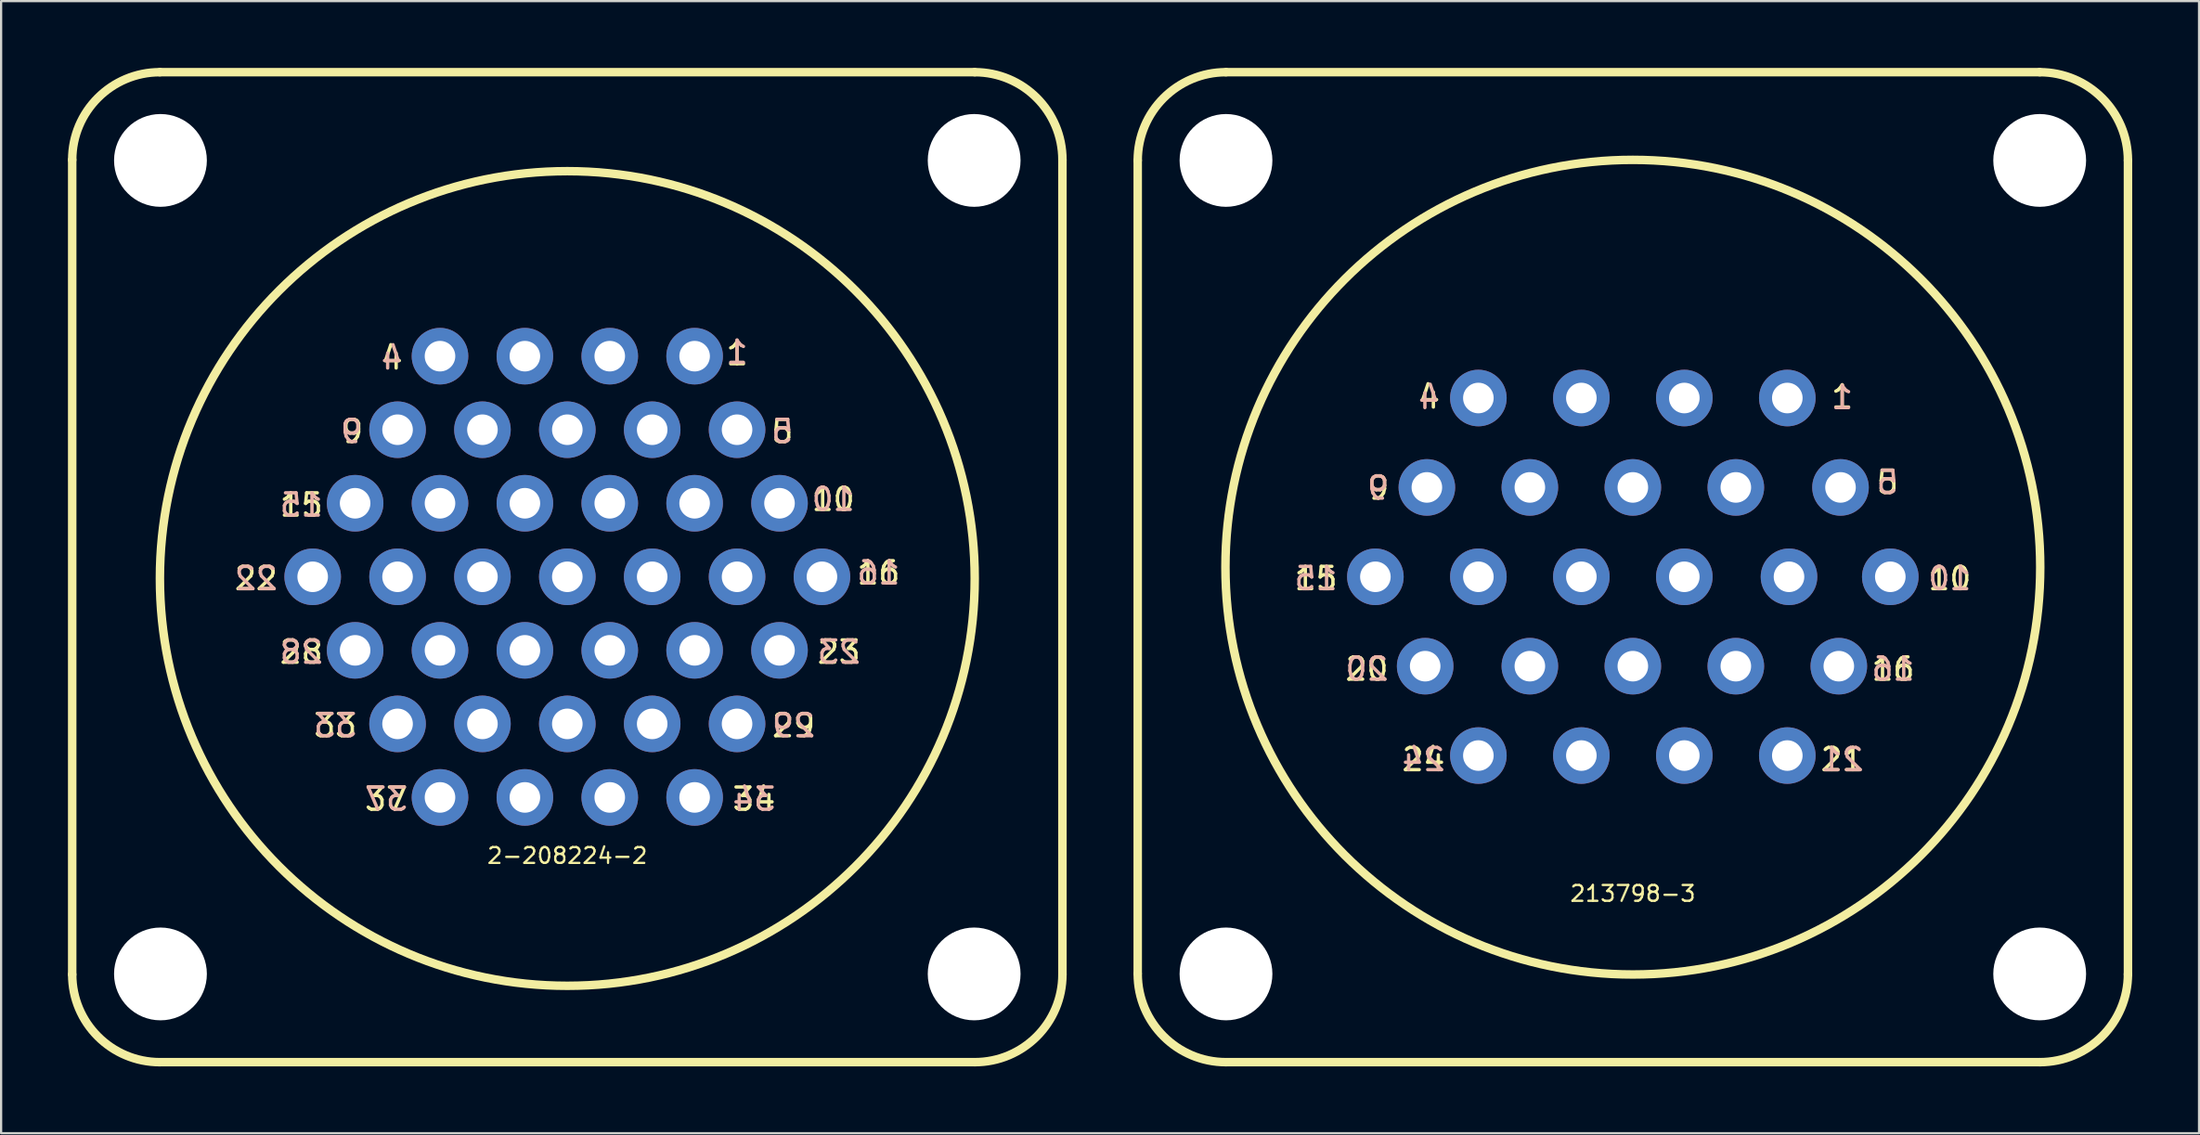
<source format=kicad_pcb>
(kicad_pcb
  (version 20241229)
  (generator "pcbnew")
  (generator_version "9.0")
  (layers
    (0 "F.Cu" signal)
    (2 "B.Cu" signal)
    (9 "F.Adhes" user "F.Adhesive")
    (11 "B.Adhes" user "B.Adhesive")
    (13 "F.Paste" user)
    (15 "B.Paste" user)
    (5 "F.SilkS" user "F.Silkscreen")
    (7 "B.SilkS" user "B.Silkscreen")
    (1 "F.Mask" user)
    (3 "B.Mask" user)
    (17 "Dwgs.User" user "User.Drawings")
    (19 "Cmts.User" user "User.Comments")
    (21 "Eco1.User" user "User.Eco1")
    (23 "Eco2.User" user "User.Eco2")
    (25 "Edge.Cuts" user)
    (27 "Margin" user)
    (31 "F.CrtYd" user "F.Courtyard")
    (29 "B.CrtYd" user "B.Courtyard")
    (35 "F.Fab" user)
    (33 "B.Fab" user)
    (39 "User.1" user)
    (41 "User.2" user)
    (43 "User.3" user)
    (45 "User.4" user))
  (footprint "213798-3"
    (layer "F.Cu")
    (at 70.246 22.416)
    (property "Reference" "213798-3" (at 0 14.656 0) (layer "F.SilkS") (effects (font (size 0.711 0.711) (thickness 0.102))))
    (attr through_hole)
    (fp_line (start -22.225 -18.263) (end -22.225 18.237) (stroke (width 0.381) (type solid)) (layer "F.SilkS"))
    (fp_line (start -18.263 -22.225) (end 18.263 -22.225) (stroke (width 0.381) (type solid)) (layer "F.SilkS"))
    (fp_line (start -18.263 22.225) (end 18.288 22.225) (stroke (width 0.381) (type solid)) (layer "F.SilkS"))
    (fp_line (start 22.225 18.288) (end 22.225 -18.263) (stroke (width 0.381) (type solid)) (layer "F.SilkS"))
    (fp_arc (start -22.225 -18.2626) (mid -21.06444 -21.06444) (end -18.2626 -22.225) (stroke (width 0.381) (type solid)) (layer "F.SilkS"))
    (fp_arc (start -18.2626 22.225) (mid -21.06444 21.06444) (end -22.225 18.2626) (stroke (width 0.381) (type solid)) (layer "F.SilkS"))
    (fp_arc (start 18.2626 -22.225) (mid 21.06444 -21.06444) (end 22.225 -18.2626) (stroke (width 0.381) (type solid)) (layer "F.SilkS"))
    (fp_arc (start 22.225 18.2626) (mid 21.06444 21.06444) (end 18.2626 22.225) (stroke (width 0.381) (type solid)) (layer "F.SilkS"))
    (fp_circle (center 0 0) (end 18.288 0) (stroke (width 0.381) (type solid)) (fill no) (layer "F.SilkS"))
    (fp_text user "9" (at -11.43 -3.556 0) (layer "F.SilkS") (effects (font (size 1 1) (thickness 0.15))))
    (fp_text user "24" (at -9.398 8.636 0) (layer "F.SilkS") (effects (font (size 1 1) (thickness 0.15))))
    (fp_text user "16" (at 11.684 4.572 0) (layer "F.SilkS") (effects (font (size 1 1) (thickness 0.15))))
    (fp_text user "4" (at -9.144 -7.645 0) (layer "F.SilkS") (effects (font (size 1 1) (thickness 0.15))))
    (fp_text user "20" (at -11.938 4.572 0) (layer "F.SilkS") (effects (font (size 1 1) (thickness 0.15))))
    (fp_text user "1" (at 9.398 -7.645 0) (layer "F.SilkS") (effects (font (size 1 1) (thickness 0.15))))
    (fp_text user "5" (at 11.43 -3.81 0) (layer "F.SilkS") (effects (font (size 1 1) (thickness 0.15))))
    (fp_text user "10" (at 14.224 0.508 0) (layer "F.SilkS") (effects (font (size 1 1) (thickness 0.15))))
    (fp_text user "21" (at 9.398 8.636 0) (layer "F.SilkS") (effects (font (size 1 1) (thickness 0.15))))
    (fp_text user "15" (at -14.224 0.508 0) (layer "F.SilkS") (effects (font (size 1 1) (thickness 0.15))))
    (fp_text user "9" (at -11.43 -3.556 0) (layer "B.SilkS") (effects (font (size 1 1) (thickness 0.15)) (justify mirror)))
    (fp_text user "16" (at 11.684 4.572 0) (layer "B.SilkS") (effects (font (size 1 1) (thickness 0.15)) (justify mirror)))
    (fp_text user "24" (at -9.398 8.636 0) (layer "B.SilkS") (effects (font (size 1 1) (thickness 0.15)) (justify mirror)))
    (fp_text user "1" (at 9.398 -7.62 0) (layer "B.SilkS") (effects (font (size 1 1) (thickness 0.15)) (justify mirror)))
    (fp_text user "4" (at -9.144 -7.62 0) (layer "B.SilkS") (effects (font (size 1 1) (thickness 0.15)) (justify mirror)))
    (fp_text user "10" (at 14.224 0.508 0) (layer "B.SilkS") (effects (font (size 1 1) (thickness 0.15)) (justify mirror)))
    (fp_text user "21" (at 9.398 8.636 0) (layer "B.SilkS") (effects (font (size 1 1) (thickness 0.15)) (justify mirror)))
    (fp_text user "5" (at 11.43 -3.81 0) (layer "B.SilkS") (effects (font (size 1 1) (thickness 0.15)) (justify mirror)))
    (fp_text user "15" (at -14.224 0.508 0) (layer "B.SilkS") (effects (font (size 1 1) (thickness 0.15)) (justify mirror)))
    (fp_text user "20" (at -11.938 4.572 0) (layer "B.SilkS") (effects (font (size 1 1) (thickness 0.15)) (justify mirror)))
    (pad "" np_thru_hole circle (at -18.263 -18.263) (size 4.166 4.166) (drill 4.166) (layers "*.Cu" "*.Mask"))
    (pad "" np_thru_hole circle (at -18.263 18.263) (size 4.166 4.166) (drill 4.166) (layers "*.Cu" "*.Mask"))
    (pad "" np_thru_hole circle (at 18.263 -18.263) (size 4.166 4.166) (drill 4.166) (layers "*.Cu" "*.Mask"))
    (pad "" np_thru_hole circle (at 18.263 18.263) (size 4.166 4.166) (drill 4.166) (layers "*.Cu" "*.Mask"))
    (pad "1" thru_hole circle (at 6.934 -7.595) (size 2.54 2.54) (drill 1.372) (layers "*.Cu" "*.Mask"))
    (pad "2" thru_hole circle (at 2.311 -7.595) (size 2.54 2.54) (drill 1.372) (layers "*.Cu" "*.Mask"))
    (pad "3" thru_hole circle (at -2.311 -7.595) (size 2.54 2.54) (drill 1.372) (layers "*.Cu" "*.Mask"))
    (pad "4" thru_hole circle (at -6.934 -7.595) (size 2.54 2.54) (drill 1.372) (layers "*.Cu" "*.Mask"))
    (pad "5" thru_hole circle (at 9.322 -3.581) (size 2.54 2.54) (drill 1.372) (layers "*.Cu" "*.Mask"))
    (pad "6" thru_hole circle (at 4.623 -3.581) (size 2.54 2.54) (drill 1.372) (layers "*.Cu" "*.Mask"))
    (pad "7" thru_hole circle (at 0 -3.581) (size 2.54 2.54) (drill 1.372) (layers "*.Cu" "*.Mask"))
    (pad "8" thru_hole circle (at -4.623 -3.581) (size 2.54 2.54) (drill 1.372) (layers "*.Cu" "*.Mask"))
    (pad "9" thru_hole circle (at -9.246 -3.581) (size 2.54 2.54) (drill 1.372) (layers "*.Cu" "*.Mask"))
    (pad "10" thru_hole circle (at 11.557 0.432) (size 2.54 2.54) (drill 1.372) (layers "*.Cu" "*.Mask"))
    (pad "11" thru_hole circle (at 7.01 0.432) (size 2.54 2.54) (drill 1.372) (layers "*.Cu" "*.Mask"))
    (pad "12" thru_hole circle (at 2.311 0.432) (size 2.54 2.54) (drill 1.372) (layers "*.Cu" "*.Mask"))
    (pad "13" thru_hole circle (at -2.311 0.432) (size 2.54 2.54) (drill 1.372) (layers "*.Cu" "*.Mask"))
    (pad "14" thru_hole circle (at -6.934 0.432) (size 2.54 2.54) (drill 1.372) (layers "*.Cu" "*.Mask"))
    (pad "15" thru_hole circle (at -11.557 0.432) (size 2.54 2.54) (drill 1.372) (layers "*.Cu" "*.Mask"))
    (pad "16" thru_hole circle (at 9.246 4.445 180) (size 2.54 2.54) (drill 1.372) (layers "*.Cu" "*.Mask"))
    (pad "17" thru_hole circle (at 4.623 4.445 180) (size 2.54 2.54) (drill 1.372) (layers "*.Cu" "*.Mask"))
    (pad "18" thru_hole circle (at 0 4.445 180) (size 2.54 2.54) (drill 1.372) (layers "*.Cu" "*.Mask"))
    (pad "19" thru_hole circle (at -4.623 4.445 180) (size 2.54 2.54) (drill 1.372) (layers "*.Cu" "*.Mask"))
    (pad "20" thru_hole circle (at -9.322 4.445 180) (size 2.54 2.54) (drill 1.372) (layers "*.Cu" "*.Mask"))
    (pad "21" thru_hole circle (at 6.934 8.458 180) (size 2.54 2.54) (drill 1.372) (layers "*.Cu" "*.Mask"))
    (pad "22" thru_hole circle (at 2.311 8.458 180) (size 2.54 2.54) (drill 1.372) (layers "*.Cu" "*.Mask"))
    (pad "23" thru_hole circle (at -2.311 8.458 180) (size 2.54 2.54) (drill 1.372) (layers "*.Cu" "*.Mask"))
    (pad "24" thru_hole circle (at -6.934 8.458 180) (size 2.54 2.54) (drill 1.372) (layers "*.Cu" "*.Mask")))
  (footprint "2-208224-2"
    (layer "F.Cu")
    (at 22.416 22.416)
    (property "Reference" "2-208224-2" (at 0 12.954 0) (layer "F.SilkS") (effects (font (size 0.711 0.711) (thickness 0.102))))
    (attr through_hole)
    (fp_line (start -22.225 -18.288) (end -22.225 18.288) (stroke (width 0.381) (type solid)) (layer "F.SilkS"))
    (fp_line (start -18.288 -22.225) (end 18.288 -22.225) (stroke (width 0.381) (type solid)) (layer "F.SilkS"))
    (fp_line (start -18.288 22.225) (end 18.288 22.225) (stroke (width 0.381) (type solid)) (layer "F.SilkS"))
    (fp_line (start 22.225 -18.288) (end 22.225 18.288) (stroke (width 0.381) (type solid)) (layer "F.SilkS"))
    (fp_arc (start -22.225 -18.288) (mid -21.071879 -21.071879) (end -18.288 -22.225) (stroke (width 0.381) (type solid)) (layer "F.SilkS"))
    (fp_arc (start -18.288 22.225) (mid -21.071879 21.071879) (end -22.225 18.288) (stroke (width 0.381) (type solid)) (layer "F.SilkS"))
    (fp_arc (start 18.288 -22.225) (mid 21.071879 -21.071879) (end 22.225 -18.288) (stroke (width 0.381) (type solid)) (layer "F.SilkS"))
    (fp_arc (start 22.225 18.288) (mid 21.071879 21.071879) (end 18.288 22.225) (stroke (width 0.381) (type solid)) (layer "F.SilkS"))
    (fp_circle (center 0 0.508) (end 18.288 0.508) (stroke (width 0.381) (type solid)) (fill no) (layer "F.SilkS"))
    (fp_text user "23" (at 12.192 3.81 0) (layer "F.SilkS") (effects (font (size 1 1) (thickness 0.15))))
    (fp_text user "15" (at -11.938 -2.794 0) (layer "F.SilkS") (effects (font (size 1 1) (thickness 0.15))))
    (fp_text user "37" (at -8.128 10.414 0) (layer "F.SilkS") (effects (font (size 1 1) (thickness 0.15))))
    (fp_text user "33" (at -10.414 7.112 0) (layer "F.SilkS") (effects (font (size 1 1) (thickness 0.15))))
    (fp_text user "22" (at -13.97 0.508 0) (layer "F.SilkS") (effects (font (size 1 1) (thickness 0.15))))
    (fp_text user "4" (at -7.874 -9.398 0) (layer "F.SilkS") (effects (font (size 1 1) (thickness 0.15))))
    (fp_text user "28" (at -11.938 3.81 0) (layer "F.SilkS") (effects (font (size 1 1) (thickness 0.15))))
    (fp_text user "16" (at 13.97 0.254 0) (layer "F.SilkS") (effects (font (size 1 1) (thickness 0.15))))
    (fp_text user "29" (at 10.16 7.112 0) (layer "F.SilkS") (effects (font (size 1 1) (thickness 0.15))))
    (fp_text user "5" (at 9.652 -6.096 0) (layer "F.SilkS") (effects (font (size 1 1) (thickness 0.15))))
    (fp_text user "1" (at 7.62 -9.588 0) (layer "F.SilkS") (effects (font (size 1 1) (thickness 0.15))))
    (fp_text user "10" (at 11.938 -3.048 0) (layer "F.SilkS") (effects (font (size 1 1) (thickness 0.15))))
    (fp_text user "9" (at -9.652 -6.096 0) (layer "F.SilkS") (effects (font (size 1 1) (thickness 0.15))))
    (fp_text user "34" (at 8.382 10.414 0) (layer "F.SilkS") (effects (font (size 1 1) (thickness 0.15))))
    (fp_text user "15" (at -11.938 -2.794 180) (layer "B.SilkS") (effects (font (size 1 1) (thickness 0.15)) (justify mirror)))
    (fp_text user "23" (at 12.192 3.81 180) (layer "B.SilkS") (effects (font (size 1 1) (thickness 0.15)) (justify mirror)))
    (fp_text user "22" (at -13.97 0.508 180) (layer "B.SilkS") (effects (font (size 1 1) (thickness 0.15)) (justify mirror)))
    (fp_text user "33" (at -10.414 7.112 180) (layer "B.SilkS") (effects (font (size 1 1) (thickness 0.15)) (justify mirror)))
    (fp_text user "16" (at 13.97 0.254 180) (layer "B.SilkS") (effects (font (size 1 1) (thickness 0.15)) (justify mirror)))
    (fp_text user "28" (at -11.938 3.81 180) (layer "B.SilkS") (effects (font (size 1 1) (thickness 0.15)) (justify mirror)))
    (fp_text user "5" (at 9.652 -6.096 180) (layer "B.SilkS") (effects (font (size 1 1) (thickness 0.15)) (justify mirror)))
    (fp_text user "29" (at 10.16 7.112 180) (layer "B.SilkS") (effects (font (size 1 1) (thickness 0.15)) (justify mirror)))
    (fp_text user "34" (at 8.382 10.414 180) (layer "B.SilkS") (effects (font (size 1 1) (thickness 0.15)) (justify mirror)))
    (fp_text user "9" (at -9.688 -6.096 180) (layer "B.SilkS") (effects (font (size 1 1) (thickness 0.15)) (justify mirror)))
    (fp_text user "37" (at -8.128 10.414 180) (layer "B.SilkS") (effects (font (size 1 1) (thickness 0.15)) (justify mirror)))
    (fp_text user "1" (at 7.62 -9.652 180) (layer "B.SilkS") (effects (font (size 1 1) (thickness 0.15)) (justify mirror)))
    (fp_text user "4" (at -7.874 -9.398 180) (layer "B.SilkS") (effects (font (size 1 1) (thickness 0.15)) (justify mirror)))
    (fp_text user "10" (at 11.938 -3.048 180) (layer "B.SilkS") (effects (font (size 1 1) (thickness 0.15)) (justify mirror)))
    (pad "" np_thru_hole circle (at -18.263 -18.263) (size 4.166 4.166) (drill 4.166) (layers "*.Cu" "*.Mask"))
    (pad "" np_thru_hole circle (at -18.263 18.263) (size 4.166 4.166) (drill 4.166) (layers "*.Cu" "*.Mask"))
    (pad "" np_thru_hole circle (at 18.263 -18.263) (size 4.166 4.166) (drill 4.166) (layers "*.Cu" "*.Mask"))
    (pad "" np_thru_hole circle (at 18.263 18.263) (size 4.166 4.166) (drill 4.166) (layers "*.Cu" "*.Mask"))
    (pad "1" thru_hole circle (at 5.715 -9.474) (size 2.54 2.54) (drill 1.372) (layers "*.Cu" "*.Mask"))
    (pad "2" thru_hole circle (at 1.905 -9.474) (size 2.54 2.54) (drill 1.372) (layers "*.Cu" "*.Mask"))
    (pad "3" thru_hole circle (at -1.905 -9.474) (size 2.54 2.54) (drill 1.372) (layers "*.Cu" "*.Mask"))
    (pad "4" thru_hole circle (at -5.715 -9.474) (size 2.54 2.54) (drill 1.372) (layers "*.Cu" "*.Mask"))
    (pad "5" thru_hole circle (at 7.62 -6.172) (size 2.54 2.54) (drill 1.372) (layers "*.Cu" "*.Mask"))
    (pad "6" thru_hole circle (at 3.81 -6.172) (size 2.54 2.54) (drill 1.372) (layers "*.Cu" "*.Mask"))
    (pad "7" thru_hole circle (at 0 -6.172) (size 2.54 2.54) (drill 1.372) (layers "*.Cu" "*.Mask"))
    (pad "8" thru_hole circle (at -3.81 -6.172) (size 2.54 2.54) (drill 1.372) (layers "*.Cu" "*.Mask"))
    (pad "9" thru_hole circle (at -7.62 -6.172) (size 2.54 2.54) (drill 1.372) (layers "*.Cu" "*.Mask"))
    (pad "10" thru_hole circle (at 9.525 -2.87) (size 2.54 2.54) (drill 1.372) (layers "*.Cu" "*.Mask"))
    (pad "11" thru_hole circle (at 5.715 -2.87) (size 2.54 2.54) (drill 1.372) (layers "*.Cu" "*.Mask"))
    (pad "12" thru_hole circle (at 1.905 -2.87) (size 2.54 2.54) (drill 1.372) (layers "*.Cu" "*.Mask"))
    (pad "13" thru_hole circle (at -1.905 -2.87) (size 2.54 2.54) (drill 1.372) (layers "*.Cu" "*.Mask"))
    (pad "14" thru_hole circle (at -5.715 -2.87) (size 2.54 2.54) (drill 1.372) (layers "*.Cu" "*.Mask"))
    (pad "15" thru_hole circle (at -9.525 -2.87) (size 2.54 2.54) (drill 1.372) (layers "*.Cu" "*.Mask"))
    (pad "16" thru_hole circle (at 11.43 0.432) (size 2.54 2.54) (drill 1.372) (layers "*.Cu" "*.Mask"))
    (pad "17" thru_hole circle (at 7.62 0.432) (size 2.54 2.54) (drill 1.372) (layers "*.Cu" "*.Mask"))
    (pad "18" thru_hole circle (at 3.81 0.432) (size 2.54 2.54) (drill 1.372) (layers "*.Cu" "*.Mask"))
    (pad "19" thru_hole circle (at 0 0.432) (size 2.54 2.54) (drill 1.372) (layers "*.Cu" "*.Mask"))
    (pad "20" thru_hole circle (at -3.81 0.432) (size 2.54 2.54) (drill 1.372) (layers "*.Cu" "*.Mask"))
    (pad "21" thru_hole circle (at -7.62 0.432) (size 2.54 2.54) (drill 1.372) (layers "*.Cu" "*.Mask"))
    (pad "22" thru_hole circle (at -11.43 0.432) (size 2.54 2.54) (drill 1.372) (layers "*.Cu" "*.Mask"))
    (pad "23" thru_hole circle (at 9.525 3.734 180) (size 2.54 2.54) (drill 1.372) (layers "*.Cu" "*.Mask"))
    (pad "24" thru_hole circle (at 5.715 3.734 180) (size 2.54 2.54) (drill 1.372) (layers "*.Cu" "*.Mask"))
    (pad "25" thru_hole circle (at 1.905 3.734 180) (size 2.54 2.54) (drill 1.372) (layers "*.Cu" "*.Mask"))
    (pad "26" thru_hole circle (at -1.905 3.734 180) (size 2.54 2.54) (drill 1.372) (layers "*.Cu" "*.Mask"))
    (pad "27" thru_hole circle (at -5.715 3.734 180) (size 2.54 2.54) (drill 1.372) (layers "*.Cu" "*.Mask"))
    (pad "28" thru_hole circle (at -9.525 3.734 180) (size 2.54 2.54) (drill 1.372) (layers "*.Cu" "*.Mask"))
    (pad "29" thru_hole circle (at 7.62 7.036 180) (size 2.54 2.54) (drill 1.372) (layers "*.Cu" "*.Mask"))
    (pad "30" thru_hole circle (at 3.81 7.036 180) (size 2.54 2.54) (drill 1.372) (layers "*.Cu" "*.Mask"))
    (pad "31" thru_hole circle (at 0 7.036 180) (size 2.54 2.54) (drill 1.372) (layers "*.Cu" "*.Mask"))
    (pad "32" thru_hole circle (at -3.81 7.036 180) (size 2.54 2.54) (drill 1.372) (layers "*.Cu" "*.Mask"))
    (pad "33" thru_hole circle (at -7.62 7.036 180) (size 2.54 2.54) (drill 1.372) (layers "*.Cu" "*.Mask"))
    (pad "34" thru_hole circle (at 5.715 10.338 180) (size 2.54 2.54) (drill 1.372) (layers "*.Cu" "*.Mask"))
    (pad "35" thru_hole circle (at 1.905 10.338 180) (size 2.54 2.54) (drill 1.372) (layers "*.Cu" "*.Mask"))
    (pad "36" thru_hole circle (at -1.905 10.338 180) (size 2.54 2.54) (drill 1.372) (layers "*.Cu" "*.Mask"))
    (pad "37" thru_hole circle (at -5.715 10.338 180) (size 2.54 2.54) (drill 1.372) (layers "*.Cu" "*.Mask")))
  (gr_rect
    (start -3 -3)
    (end 95.662 47.831)
    (stroke (width 0.1) (type default))
    (fill no)
    (layer "Edge.Cuts")))
</source>
